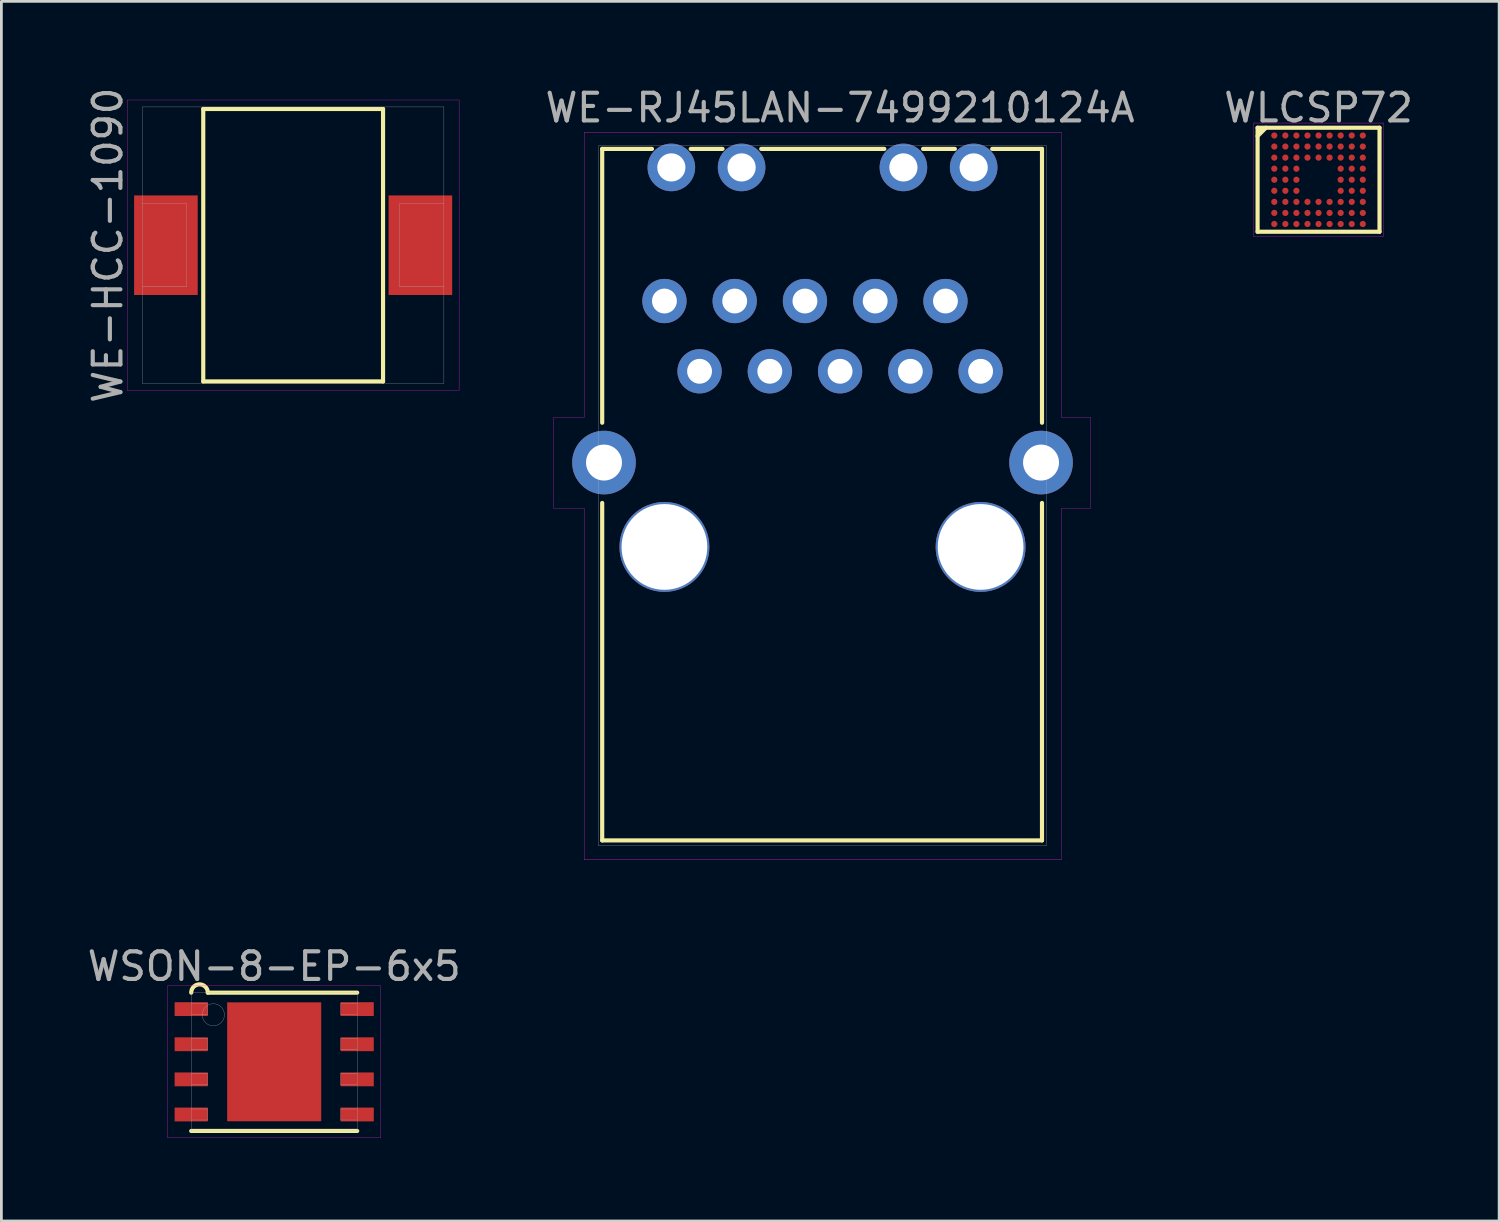
<source format=kicad_pcb>
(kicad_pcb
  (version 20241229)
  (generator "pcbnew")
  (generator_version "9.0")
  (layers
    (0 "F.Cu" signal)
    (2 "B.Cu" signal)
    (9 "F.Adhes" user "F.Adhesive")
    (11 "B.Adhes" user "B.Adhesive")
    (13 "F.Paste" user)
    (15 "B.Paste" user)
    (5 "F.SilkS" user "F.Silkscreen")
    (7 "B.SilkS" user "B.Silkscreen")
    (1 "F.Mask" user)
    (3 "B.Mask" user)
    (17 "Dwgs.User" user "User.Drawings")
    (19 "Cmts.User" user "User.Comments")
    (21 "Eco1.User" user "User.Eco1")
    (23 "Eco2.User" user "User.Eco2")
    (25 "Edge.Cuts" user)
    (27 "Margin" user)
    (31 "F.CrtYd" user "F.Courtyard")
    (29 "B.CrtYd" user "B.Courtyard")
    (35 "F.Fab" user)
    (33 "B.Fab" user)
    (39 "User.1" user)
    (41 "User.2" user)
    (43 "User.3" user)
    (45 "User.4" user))
  (footprint "WE-HCC-1090"
    (layer "F.Cu")
    (at 7.548 5.815)
    (property "Reference" "WE-HCC-1090" (at -6.7 0 90) (layer "F.Fab") (effects (font (size 1 1) (thickness 0.15))))
    (attr through_hole)
    (fp_line (start -3.25 -4.925) (end 3.25 -4.925) (stroke (width 0.15) (type solid)) (layer "F.SilkS"))
    (fp_line (start -3.25 4.925) (end -3.25 -4.925) (stroke (width 0.15) (type solid)) (layer "F.SilkS"))
    (fp_line (start 3.25 -4.925) (end 3.25 4.925) (stroke (width 0.15) (type solid)) (layer "F.SilkS"))
    (fp_line (start 3.25 4.925) (end -3.25 4.925) (stroke (width 0.15) (type solid)) (layer "F.SilkS"))
    (fp_line (start -6 -5.25) (end 6 -5.25) (stroke (width 0.01) (type solid)) (layer "F.CrtYd"))
    (fp_line (start -6 5.25) (end -6 -5.25) (stroke (width 0.01) (type solid)) (layer "F.CrtYd"))
    (fp_line (start 6 -5.25) (end 6 5.25) (stroke (width 0.01) (type solid)) (layer "F.CrtYd"))
    (fp_line (start 6 5.25) (end -6 5.25) (stroke (width 0.01) (type solid)) (layer "F.CrtYd"))
    (fp_line (start -5.45 -5) (end 5.45 -5) (stroke (width 0.01) (type solid)) (layer "F.Fab"))
    (fp_line (start -5.45 5) (end -5.45 -5) (stroke (width 0.01) (type solid)) (layer "F.Fab"))
    (fp_line (start -3.85 -1.5) (end -5.45 -1.5) (stroke (width 0.01) (type solid)) (layer "F.Fab"))
    (fp_line (start -3.85 -1.5) (end -3.85 1.5) (stroke (width 0.01) (type solid)) (layer "F.Fab"))
    (fp_line (start -3.85 1.5) (end -5.45 1.5) (stroke (width 0.01) (type solid)) (layer "F.Fab"))
    (fp_line (start 3.85 -1.5) (end 3.85 1.5) (stroke (width 0.01) (type solid)) (layer "F.Fab"))
    (fp_line (start 3.85 -1.5) (end 5.45 -1.5) (stroke (width 0.01) (type solid)) (layer "F.Fab"))
    (fp_line (start 3.85 1.5) (end 5.45 1.5) (stroke (width 0.01) (type solid)) (layer "F.Fab"))
    (fp_line (start 5.45 -5) (end 5.45 5) (stroke (width 0.01) (type solid)) (layer "F.Fab"))
    (fp_line (start 5.45 5) (end -5.45 5) (stroke (width 0.01) (type solid)) (layer "F.Fab"))
    (pad "1" smd rect (at -4.6 0) (size 2.3 3.6) (layers "F.Cu" "F.Mask" "F.Paste"))
    (pad "2" smd rect (at 4.6 0) (size 2.3 3.6) (layers "F.Cu" "F.Mask" "F.Paste")))
  (footprint "WLCSP72"
    (layer "F.Cu")
    (at 44.619 3.448)
    (property "Reference" "WLCSP72" (at 0 -2.6 0) (layer "F.Fab") (effects (font (size 1 1) (thickness 0.15))))
    (attr through_hole)
    (fp_line (start -2.204 -1.88) (end -2.204 1.88) (stroke (width 0.15) (type solid)) (layer "F.SilkS"))
    (fp_line (start -2.204 -1.58) (end -1.904 -1.88) (stroke (width 0.15) (type solid)) (layer "F.SilkS"))
    (fp_line (start -2.204 1.88) (end 2.204 1.88) (stroke (width 0.15) (type solid)) (layer "F.SilkS"))
    (fp_line (start -2.16 -1.79) (end -2.08 -1.79) (stroke (width 0.15) (type solid)) (layer "F.SilkS"))
    (fp_line (start 2.204 -1.88) (end -2.204 -1.88) (stroke (width 0.15) (type solid)) (layer "F.SilkS"))
    (fp_line (start 2.204 1.88) (end 2.204 -1.88) (stroke (width 0.15) (type solid)) (layer "F.SilkS"))
    (fp_line (start -2.35 -2.05) (end 2.35 -2.05) (stroke (width 0.01) (type solid)) (layer "F.CrtYd"))
    (fp_line (start -2.35 2.05) (end -2.35 -2.05) (stroke (width 0.01) (type solid)) (layer "F.CrtYd"))
    (fp_line (start 2.35 -2.05) (end 2.35 2.05) (stroke (width 0.01) (type solid)) (layer "F.CrtYd"))
    (fp_line (start 2.35 2.05) (end -2.35 2.05) (stroke (width 0.01) (type solid)) (layer "F.CrtYd"))
    (pad "A1" smd circle (at -1.6 -1.6) (size 0.225 0.225) (layers "F.Cu" "F.Mask" "F.Paste"))
    (pad "A2" smd circle (at -1.2 -1.6) (size 0.225 0.225) (layers "F.Cu" "F.Mask" "F.Paste"))
    (pad "A3" smd circle (at -0.8 -1.6) (size 0.225 0.225) (layers "F.Cu" "F.Mask" "F.Paste"))
    (pad "A4" smd circle (at -0.4 -1.6) (size 0.225 0.225) (layers "F.Cu" "F.Mask" "F.Paste"))
    (pad "A5" smd circle (at 0 -1.6) (size 0.225 0.225) (layers "F.Cu" "F.Mask" "F.Paste"))
    (pad "A6" smd circle (at 0.4 -1.6) (size 0.225 0.225) (layers "F.Cu" "F.Mask" "F.Paste"))
    (pad "A7" smd circle (at 0.8 -1.6) (size 0.225 0.225) (layers "F.Cu" "F.Mask" "F.Paste"))
    (pad "A8" smd circle (at 1.2 -1.6) (size 0.225 0.225) (layers "F.Cu" "F.Mask" "F.Paste"))
    (pad "A9" smd circle (at 1.6 -1.6) (size 0.225 0.225) (layers "F.Cu" "F.Mask" "F.Paste"))
    (pad "B1" smd circle (at -1.6 -1.2) (size 0.225 0.225) (layers "F.Cu" "F.Mask" "F.Paste"))
    (pad "B2" smd circle (at -1.2 -1.2) (size 0.225 0.225) (layers "F.Cu" "F.Mask" "F.Paste"))
    (pad "B3" smd circle (at -0.8 -1.2) (size 0.225 0.225) (layers "F.Cu" "F.Mask" "F.Paste"))
    (pad "B4" smd circle (at -0.4 -1.2) (size 0.225 0.225) (layers "F.Cu" "F.Mask" "F.Paste"))
    (pad "B5" smd circle (at 0 -1.2) (size 0.225 0.225) (layers "F.Cu" "F.Mask" "F.Paste"))
    (pad "B6" smd circle (at 0.4 -1.2) (size 0.225 0.225) (layers "F.Cu" "F.Mask" "F.Paste"))
    (pad "B7" smd circle (at 0.8 -1.2) (size 0.225 0.225) (layers "F.Cu" "F.Mask" "F.Paste"))
    (pad "B8" smd circle (at 1.2 -1.2) (size 0.225 0.225) (layers "F.Cu" "F.Mask" "F.Paste"))
    (pad "B9" smd circle (at 1.6 -1.2) (size 0.225 0.225) (layers "F.Cu" "F.Mask" "F.Paste"))
    (pad "C1" smd circle (at -1.6 -0.8) (size 0.225 0.225) (layers "F.Cu" "F.Mask" "F.Paste"))
    (pad "C2" smd circle (at -1.2 -0.8) (size 0.225 0.225) (layers "F.Cu" "F.Mask" "F.Paste"))
    (pad "C3" smd circle (at -0.8 -0.8) (size 0.225 0.225) (layers "F.Cu" "F.Mask" "F.Paste"))
    (pad "C4" smd circle (at -0.4 -0.8) (size 0.225 0.225) (layers "F.Cu" "F.Mask" "F.Paste"))
    (pad "C5" smd circle (at 0 -0.8) (size 0.225 0.225) (layers "F.Cu" "F.Mask" "F.Paste"))
    (pad "C6" smd circle (at 0.4 -0.8) (size 0.225 0.225) (layers "F.Cu" "F.Mask" "F.Paste"))
    (pad "C7" smd circle (at 0.8 -0.8) (size 0.225 0.225) (layers "F.Cu" "F.Mask" "F.Paste"))
    (pad "C8" smd circle (at 1.2 -0.8) (size 0.225 0.225) (layers "F.Cu" "F.Mask" "F.Paste"))
    (pad "C9" smd circle (at 1.6 -0.8) (size 0.225 0.225) (layers "F.Cu" "F.Mask" "F.Paste"))
    (pad "D1" smd circle (at -1.6 -0.4) (size 0.225 0.225) (layers "F.Cu" "F.Mask" "F.Paste"))
    (pad "D2" smd circle (at -1.2 -0.4) (size 0.225 0.225) (layers "F.Cu" "F.Mask" "F.Paste"))
    (pad "D3" smd circle (at -0.8 -0.4) (size 0.225 0.225) (layers "F.Cu" "F.Mask" "F.Paste"))
    (pad "D7" smd circle (at 0.8 -0.4) (size 0.225 0.225) (layers "F.Cu" "F.Mask" "F.Paste"))
    (pad "D8" smd circle (at 1.2 -0.4) (size 0.225 0.225) (layers "F.Cu" "F.Mask" "F.Paste"))
    (pad "D9" smd circle (at 1.6 -0.4) (size 0.225 0.225) (layers "F.Cu" "F.Mask" "F.Paste"))
    (pad "E1" smd circle (at -1.6 0) (size 0.225 0.225) (layers "F.Cu" "F.Mask" "F.Paste"))
    (pad "E2" smd circle (at -1.2 0) (size 0.225 0.225) (layers "F.Cu" "F.Mask" "F.Paste"))
    (pad "E3" smd circle (at -0.8 0) (size 0.225 0.225) (layers "F.Cu" "F.Mask" "F.Paste"))
    (pad "E7" smd circle (at 0.8 0) (size 0.225 0.225) (layers "F.Cu" "F.Mask" "F.Paste"))
    (pad "E8" smd circle (at 1.2 0) (size 0.225 0.225) (layers "F.Cu" "F.Mask" "F.Paste"))
    (pad "E9" smd circle (at 1.6 0) (size 0.225 0.225) (layers "F.Cu" "F.Mask" "F.Paste"))
    (pad "F1" smd circle (at -1.6 0.4) (size 0.225 0.225) (layers "F.Cu" "F.Mask" "F.Paste"))
    (pad "F2" smd circle (at -1.2 0.4) (size 0.225 0.225) (layers "F.Cu" "F.Mask" "F.Paste"))
    (pad "F3" smd circle (at -0.8 0.4) (size 0.225 0.225) (layers "F.Cu" "F.Mask" "F.Paste"))
    (pad "F7" smd circle (at 0.8 0.4) (size 0.225 0.225) (layers "F.Cu" "F.Mask" "F.Paste"))
    (pad "F8" smd circle (at 1.2 0.4) (size 0.225 0.225) (layers "F.Cu" "F.Mask" "F.Paste"))
    (pad "F9" smd circle (at 1.6 0.4) (size 0.225 0.225) (layers "F.Cu" "F.Mask" "F.Paste"))
    (pad "G1" smd circle (at -1.6 0.8) (size 0.225 0.225) (layers "F.Cu" "F.Mask" "F.Paste"))
    (pad "G2" smd circle (at -1.2 0.8) (size 0.225 0.225) (layers "F.Cu" "F.Mask" "F.Paste"))
    (pad "G3" smd circle (at -0.8 0.8) (size 0.225 0.225) (layers "F.Cu" "F.Mask" "F.Paste"))
    (pad "G4" smd circle (at -0.4 0.8) (size 0.225 0.225) (layers "F.Cu" "F.Mask" "F.Paste"))
    (pad "G5" smd circle (at 0 0.8) (size 0.225 0.225) (layers "F.Cu" "F.Mask" "F.Paste"))
    (pad "G6" smd circle (at 0.4 0.8) (size 0.225 0.225) (layers "F.Cu" "F.Mask" "F.Paste"))
    (pad "G7" smd circle (at 0.8 0.8) (size 0.225 0.225) (layers "F.Cu" "F.Mask" "F.Paste"))
    (pad "G8" smd circle (at 1.2 0.8) (size 0.225 0.225) (layers "F.Cu" "F.Mask" "F.Paste"))
    (pad "G9" smd circle (at 1.6 0.8) (size 0.225 0.225) (layers "F.Cu" "F.Mask" "F.Paste"))
    (pad "H1" smd circle (at -1.6 1.2) (size 0.225 0.225) (layers "F.Cu" "F.Mask" "F.Paste"))
    (pad "H2" smd circle (at -1.2 1.2) (size 0.225 0.225) (layers "F.Cu" "F.Mask" "F.Paste"))
    (pad "H3" smd circle (at -0.8 1.2) (size 0.225 0.225) (layers "F.Cu" "F.Mask" "F.Paste"))
    (pad "H4" smd circle (at -0.4 1.2) (size 0.225 0.225) (layers "F.Cu" "F.Mask" "F.Paste"))
    (pad "H5" smd circle (at 0 1.2) (size 0.225 0.225) (layers "F.Cu" "F.Mask" "F.Paste"))
    (pad "H6" smd circle (at 0.4 1.2) (size 0.225 0.225) (layers "F.Cu" "F.Mask" "F.Paste"))
    (pad "H7" smd circle (at 0.8 1.2) (size 0.225 0.225) (layers "F.Cu" "F.Mask" "F.Paste"))
    (pad "H8" smd circle (at 1.2 1.2) (size 0.225 0.225) (layers "F.Cu" "F.Mask" "F.Paste"))
    (pad "H9" smd circle (at 1.6 1.2) (size 0.225 0.225) (layers "F.Cu" "F.Mask" "F.Paste"))
    (pad "J1" smd circle (at -1.6 1.6) (size 0.225 0.225) (layers "F.Cu" "F.Mask" "F.Paste"))
    (pad "J2" smd circle (at -1.2 1.6) (size 0.225 0.225) (layers "F.Cu" "F.Mask" "F.Paste"))
    (pad "J3" smd circle (at -0.8 1.6) (size 0.225 0.225) (layers "F.Cu" "F.Mask" "F.Paste"))
    (pad "J4" smd circle (at -0.4 1.6) (size 0.225 0.225) (layers "F.Cu" "F.Mask" "F.Paste"))
    (pad "J5" smd circle (at 0 1.6) (size 0.225 0.225) (layers "F.Cu" "F.Mask" "F.Paste"))
    (pad "J6" smd circle (at 0.4 1.6) (size 0.225 0.225) (layers "F.Cu" "F.Mask" "F.Paste"))
    (pad "J7" smd circle (at 0.8 1.6) (size 0.225 0.225) (layers "F.Cu" "F.Mask" "F.Paste"))
    (pad "J8" smd circle (at 1.2 1.6) (size 0.225 0.225) (layers "F.Cu" "F.Mask" "F.Paste"))
    (pad "J9" smd circle (at 1.6 1.6) (size 0.225 0.225) (layers "F.Cu" "F.Mask" "F.Paste")))
  (footprint "WSON-8-EP-6x5"
    (layer "F.Cu")
    (at 6.863 35.337)
    (property "Reference" "WSON-8-EP-6x5" (at 0 -3.45 0) (layer "F.Fab") (effects (font (size 1 1) (thickness 0.15))))
    (attr through_hole)
    (fp_line (start -3 2.5) (end 3 2.5) (stroke (width 0.15) (type solid)) (layer "F.SilkS"))
    (fp_line (start -2.4 -2.5) (end 3 -2.5) (stroke (width 0.15) (type solid)) (layer "F.SilkS"))
    (fp_arc (start -3 -2.5) (mid -2.7 -2.8) (end -2.4 -2.5) (stroke (width 0.15) (type solid)) (layer "F.SilkS"))
    (fp_line (start -3.85 -2.75) (end 3.85 -2.75) (stroke (width 0.01) (type solid)) (layer "F.CrtYd"))
    (fp_line (start -3.85 2.75) (end -3.85 -2.75) (stroke (width 0.01) (type solid)) (layer "F.CrtYd"))
    (fp_line (start 3.85 -2.75) (end 3.85 2.75) (stroke (width 0.01) (type solid)) (layer "F.CrtYd"))
    (fp_line (start 3.85 2.75) (end -3.85 2.75) (stroke (width 0.01) (type solid)) (layer "F.CrtYd"))
    (fp_line (start -3 -2.5) (end 3 -2.5) (stroke (width 0.01) (type solid)) (layer "F.Fab"))
    (fp_line (start -3 -1.705) (end -2.4 -1.705) (stroke (width 0.01) (type solid)) (layer "F.Fab"))
    (fp_line (start -3 -0.435) (end -2.4 -0.435) (stroke (width 0.01) (type solid)) (layer "F.Fab"))
    (fp_line (start -3 0.835) (end -2.4 0.835) (stroke (width 0.01) (type solid)) (layer "F.Fab"))
    (fp_line (start -3 2.105) (end -2.4 2.105) (stroke (width 0.01) (type solid)) (layer "F.Fab"))
    (fp_line (start -3 2.5) (end -3 -2.5) (stroke (width 0.01) (type solid)) (layer "F.Fab"))
    (fp_line (start -2.4 -2.105) (end -3 -2.105) (stroke (width 0.01) (type solid)) (layer "F.Fab"))
    (fp_line (start -2.4 -1.705) (end -2.4 -2.105) (stroke (width 0.01) (type solid)) (layer "F.Fab"))
    (fp_line (start -2.4 -0.835) (end -3 -0.835) (stroke (width 0.01) (type solid)) (layer "F.Fab"))
    (fp_line (start -2.4 -0.435) (end -2.4 -0.835) (stroke (width 0.01) (type solid)) (layer "F.Fab"))
    (fp_line (start -2.4 0.435) (end -3 0.435) (stroke (width 0.01) (type solid)) (layer "F.Fab"))
    (fp_line (start -2.4 0.835) (end -2.4 0.435) (stroke (width 0.01) (type solid)) (layer "F.Fab"))
    (fp_line (start -2.4 1.705) (end -3 1.705) (stroke (width 0.01) (type solid)) (layer "F.Fab"))
    (fp_line (start -2.4 2.105) (end -2.4 1.705) (stroke (width 0.01) (type solid)) (layer "F.Fab"))
    (fp_line (start 2.4 -2.105) (end 2.4 -1.705) (stroke (width 0.01) (type solid)) (layer "F.Fab"))
    (fp_line (start 2.4 -1.705) (end 3 -1.705) (stroke (width 0.01) (type solid)) (layer "F.Fab"))
    (fp_line (start 2.4 -0.835) (end 2.4 -0.435) (stroke (width 0.01) (type solid)) (layer "F.Fab"))
    (fp_line (start 2.4 -0.435) (end 3 -0.435) (stroke (width 0.01) (type solid)) (layer "F.Fab"))
    (fp_line (start 2.4 0.435) (end 2.4 0.835) (stroke (width 0.01) (type solid)) (layer "F.Fab"))
    (fp_line (start 2.4 0.835) (end 3 0.835) (stroke (width 0.01) (type solid)) (layer "F.Fab"))
    (fp_line (start 2.4 1.705) (end 2.4 2.105) (stroke (width 0.01) (type solid)) (layer "F.Fab"))
    (fp_line (start 2.4 2.105) (end 3 2.105) (stroke (width 0.01) (type solid)) (layer "F.Fab"))
    (fp_line (start 3 -2.5) (end 3 2.5) (stroke (width 0.01) (type solid)) (layer "F.Fab"))
    (fp_line (start 3 -2.105) (end 2.4 -2.105) (stroke (width 0.01) (type solid)) (layer "F.Fab"))
    (fp_line (start 3 -0.835) (end 2.4 -0.835) (stroke (width 0.01) (type solid)) (layer "F.Fab"))
    (fp_line (start 3 0.435) (end 2.4 0.435) (stroke (width 0.01) (type solid)) (layer "F.Fab"))
    (fp_line (start 3 1.705) (end 2.4 1.705) (stroke (width 0.01) (type solid)) (layer "F.Fab"))
    (fp_line (start 3 2.5) (end -3 2.5) (stroke (width 0.01) (type solid)) (layer "F.Fab"))
    (fp_circle (center -2.2 -1.7) (end -2.2 -1.3) (stroke (width 0.01) (type solid)) (fill no) (layer "F.Fab"))
    (pad "" smd rect (at 0 -1) (size 2 1.4) (layers "F.Paste"))
    (pad "" smd rect (at 0 1) (size 2 1.4) (layers "F.Paste"))
    (pad "1" smd rect (at -3 -1.905) (size 1.2 0.5) (layers "F.Cu" "F.Mask" "F.Paste"))
    (pad "2" smd rect (at -3 -0.635) (size 1.2 0.5) (layers "F.Cu" "F.Mask" "F.Paste"))
    (pad "3" smd rect (at -3 0.635) (size 1.2 0.5) (layers "F.Cu" "F.Mask" "F.Paste"))
    (pad "4" smd rect (at -3 1.905) (size 1.2 0.5) (layers "F.Cu" "F.Mask" "F.Paste"))
    (pad "5" smd rect (at 3 1.905) (size 1.2 0.5) (layers "F.Cu" "F.Mask" "F.Paste"))
    (pad "6" smd rect (at 3 0.635) (size 1.2 0.5) (layers "F.Cu" "F.Mask" "F.Paste"))
    (pad "7" smd rect (at 3 -0.635) (size 1.2 0.5) (layers "F.Cu" "F.Mask" "F.Paste"))
    (pad "8" smd rect (at 3 -1.905) (size 1.2 0.5) (layers "F.Cu" "F.Mask" "F.Paste"))
    (pad "EP" smd rect (at 0 0) (size 3.4 4.3) (layers "F.Cu" "F.Mask")))
  (footprint "WE-RJ45LAN-7499210124A"
    (layer "F.Cu")
    (at 27.321 7.833)
    (property "Reference" "WE-RJ45LAN-7499210124A" (at 0 -6.985 0) (layer "F.Fab") (effects (font (size 1 1) (thickness 0.15))))
    (attr through_hole)
    (fp_line (start -8.6 -5.5) (end -8.6 4.4) (stroke (width 0.15) (type solid)) (layer "F.SilkS"))
    (fp_line (start -8.6 7.3) (end -8.6 19.5) (stroke (width 0.15) (type solid)) (layer "F.SilkS"))
    (fp_line (start -8.6 19.5) (end 7.3 19.5) (stroke (width 0.15) (type solid)) (layer "F.SilkS"))
    (fp_line (start -6.8 -5.5) (end -8.6 -5.5) (stroke (width 0.15) (type solid)) (layer "F.SilkS"))
    (fp_line (start -4.25 -5.5) (end -5.4 -5.5) (stroke (width 0.15) (type solid)) (layer "F.SilkS"))
    (fp_line (start 1.6 -5.5) (end -2.85 -5.5) (stroke (width 0.15) (type solid)) (layer "F.SilkS"))
    (fp_line (start 4.15 -5.5) (end 3 -5.5) (stroke (width 0.15) (type solid)) (layer "F.SilkS"))
    (fp_line (start 7.3 -5.5) (end 5.5 -5.5) (stroke (width 0.15) (type solid)) (layer "F.SilkS"))
    (fp_line (start 7.3 4.4) (end 7.3 -5.5) (stroke (width 0.15) (type solid)) (layer "F.SilkS"))
    (fp_line (start 7.3 19.5) (end 7.3 7.3) (stroke (width 0.15) (type solid)) (layer "F.SilkS"))
    (fp_line (start -10.35 7.5) (end -10.35 4.2) (stroke (width 0.01) (type solid)) (layer "F.CrtYd"))
    (fp_line (start -9.25 4.2) (end -10.35 4.2) (stroke (width 0.01) (type solid)) (layer "F.CrtYd"))
    (fp_line (start -9.25 4.2) (end -9.25 -6.1) (stroke (width 0.01) (type solid)) (layer "F.CrtYd"))
    (fp_line (start -9.25 7.5) (end -10.35 7.5) (stroke (width 0.01) (type solid)) (layer "F.CrtYd"))
    (fp_line (start -9.25 20.2) (end -9.25 7.5) (stroke (width 0.01) (type solid)) (layer "F.CrtYd"))
    (fp_line (start -9.25 20.2) (end 8 20.2) (stroke (width 0.01) (type solid)) (layer "F.CrtYd"))
    (fp_line (start 8 -6.1) (end -9.25 -6.1) (stroke (width 0.01) (type solid)) (layer "F.CrtYd"))
    (fp_line (start 8 4.2) (end 8 -6.1) (stroke (width 0.01) (type solid)) (layer "F.CrtYd"))
    (fp_line (start 8 20.2) (end 8 7.5) (stroke (width 0.01) (type solid)) (layer "F.CrtYd"))
    (fp_line (start 9.05 4.2) (end 8 4.2) (stroke (width 0.01) (type solid)) (layer "F.CrtYd"))
    (fp_line (start 9.05 7.5) (end 8 7.5) (stroke (width 0.01) (type solid)) (layer "F.CrtYd"))
    (fp_line (start 9.05 7.5) (end 9.05 4.2) (stroke (width 0.01) (type solid)) (layer "F.CrtYd"))
    (fp_line (start -8.735 -5.61) (end -8.735 19.69) (stroke (width 0.01) (type solid)) (layer "F.Fab"))
    (fp_line (start -8.735 19.69) (end 7.465 19.69) (stroke (width 0.01) (type solid)) (layer "F.Fab"))
    (fp_line (start 7.465 -5.61) (end -8.735 -5.61) (stroke (width 0.01) (type solid)) (layer "F.Fab"))
    (fp_line (start 7.465 19.69) (end 7.465 -5.61) (stroke (width 0.01) (type solid)) (layer "F.Fab"))
    (pad "" np_thru_hole circle (at -6.35 8.89) (size 3.25 3.25) (drill 3.1) (layers "*.Cu" "*.Mask"))
    (pad "" np_thru_hole circle (at 5.08 8.89) (size 3.25 3.25) (drill 3.1) (layers "*.Cu" "*.Mask"))
    (pad "1" thru_hole circle (at 5.08 2.54 90) (size 1.6 1.6) (drill 0.9) (layers "*.Cu" "*.Mask"))
    (pad "2" thru_hole circle (at 3.81 0) (size 1.6 1.6) (drill 0.9) (layers "*.Cu" "*.Mask"))
    (pad "3" thru_hole circle (at 2.54 2.54) (size 1.6 1.6) (drill 0.9) (layers "*.Cu" "*.Mask"))
    (pad "4" thru_hole circle (at 1.27 0) (size 1.6 1.6) (drill 0.9) (layers "*.Cu" "*.Mask"))
    (pad "5" thru_hole circle (at 0 2.54) (size 1.6 1.6) (drill 0.9) (layers "*.Cu" "*.Mask"))
    (pad "6" thru_hole circle (at -1.27 0) (size 1.6 1.6) (drill 0.9) (layers "*.Cu" "*.Mask"))
    (pad "7" thru_hole circle (at -2.54 2.54) (size 1.6 1.6) (drill 0.9) (layers "*.Cu" "*.Mask"))
    (pad "8" thru_hole circle (at -3.81 0) (size 1.6 1.6) (drill 0.9) (layers "*.Cu" "*.Mask"))
    (pad "9" thru_hole circle (at -5.08 2.54) (size 1.6 1.6) (drill 0.9) (layers "*.Cu" "*.Mask"))
    (pad "10" thru_hole circle (at -6.35 0 90) (size 1.6 1.6) (drill 0.9) (layers "*.Cu" "*.Mask"))
    (pad "11" thru_hole circle (at 4.83 -4.83) (size 1.72 1.72) (drill 1.02) (layers "*.Cu" "*.Mask"))
    (pad "12" thru_hole circle (at 2.29 -4.83) (size 1.72 1.72) (drill 1.02) (layers "*.Cu" "*.Mask"))
    (pad "13" thru_hole circle (at -3.56 -4.83) (size 1.72 1.72) (drill 1.02) (layers "*.Cu" "*.Mask"))
    (pad "14" thru_hole circle (at -6.1 -4.83) (size 1.72 1.72) (drill 1.02) (layers "*.Cu" "*.Mask"))
    (pad "S1" thru_hole circle (at -8.535 5.84) (size 2.3 2.3) (drill 1.3) (layers "*.Cu" "*.Mask"))
    (pad "S2" thru_hole circle (at 7.265 5.84) (size 2.3 2.3) (drill 1.3) (layers "*.Cu" "*.Mask")))
  (gr_rect
    (start -3 -3)
    (end 51.148 41.092)
    (stroke (width 0.1) (type default))
    (fill no)
    (layer "Edge.Cuts")))
</source>
